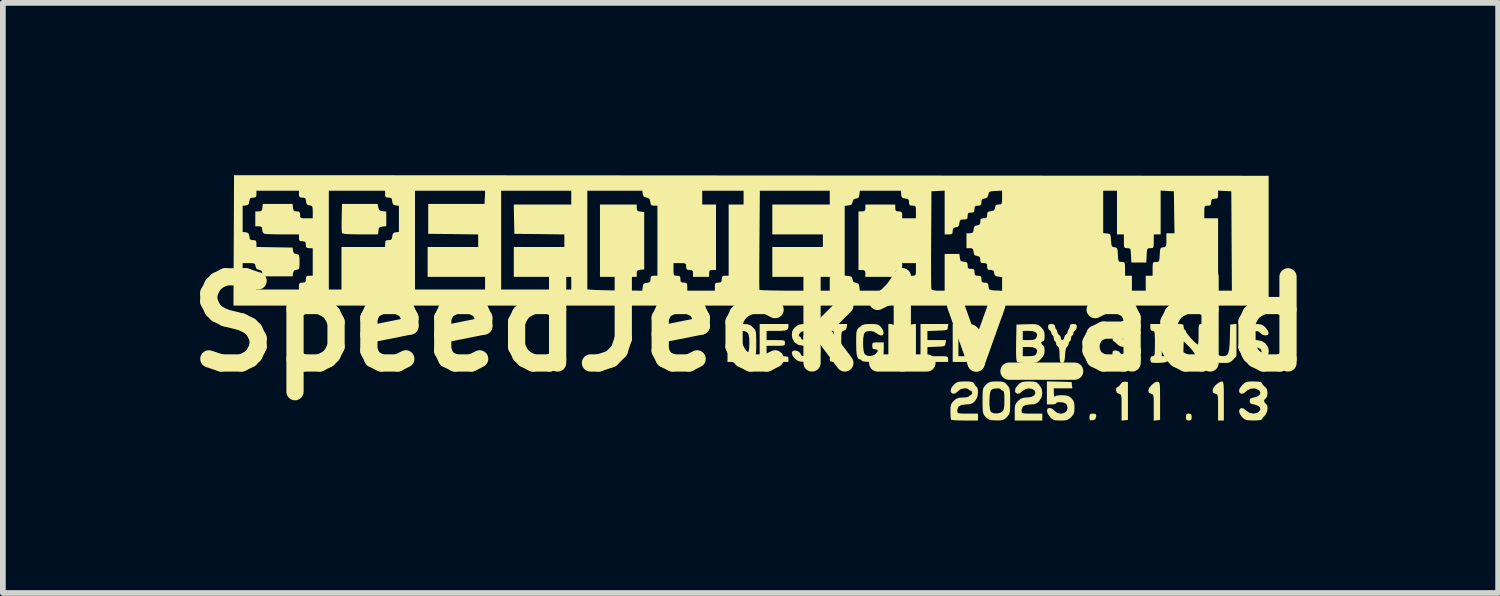
<source format=kicad_pcb>
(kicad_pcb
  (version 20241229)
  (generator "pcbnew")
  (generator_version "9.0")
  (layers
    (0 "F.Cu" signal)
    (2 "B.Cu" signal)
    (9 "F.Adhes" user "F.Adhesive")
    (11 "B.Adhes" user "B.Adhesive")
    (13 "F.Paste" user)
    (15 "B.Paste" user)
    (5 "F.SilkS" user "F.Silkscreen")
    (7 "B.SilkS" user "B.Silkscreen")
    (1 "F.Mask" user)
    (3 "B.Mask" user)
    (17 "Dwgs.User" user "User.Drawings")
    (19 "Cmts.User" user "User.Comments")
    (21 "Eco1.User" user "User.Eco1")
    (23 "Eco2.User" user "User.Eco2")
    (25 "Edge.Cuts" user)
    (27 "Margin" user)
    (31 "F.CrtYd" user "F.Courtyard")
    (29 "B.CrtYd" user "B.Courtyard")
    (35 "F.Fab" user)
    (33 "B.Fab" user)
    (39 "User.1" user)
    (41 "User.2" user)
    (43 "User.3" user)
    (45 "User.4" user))
  (footprint "SpeedJeck1v_add"
    (layer "F.Cu")
    (at 10.014 2.59)
    (property "Reference" "SpeedJeck1v_add" (at 0 0 0) (layer "F.SilkS") (effects (font (size 1.5 1.5) (thickness 0.3))))
    (attr board_only exclude_from_pos_files exclude_from_bom)
    (fp_poly (pts (xy 6.004 1.564) (xy 6.018 1.584) (xy 6.016 1.615) (xy 6.002 1.658) (xy 5.964 1.675) (xy 5.955 1.676) (xy 5.916 1.676) (xy 5.902 1.656) (xy 5.9 1.621) (xy 5.905 1.578) (xy 5.927 1.562) (xy 5.961 1.56)) (stroke (width 0) (type solid)) (fill yes) (layer "F.SilkS"))
    (fp_poly (pts (xy 7.666 1.566) (xy 7.679 1.594) (xy 7.68 1.62) (xy 7.675 1.663) (xy 7.652 1.679) (xy 7.63 1.68) (xy 7.594 1.674) (xy 7.581 1.646) (xy 7.58 1.62) (xy 7.585 1.577) (xy 7.608 1.561) (xy 7.63 1.56)) (stroke (width 0) (type solid)) (fill yes) (layer "F.SilkS"))
    (fp_poly (pts (xy -1.98 -2.021) (xy -1.975 -1.98) (xy -1.951 -1.962) (xy -1.915 -1.956) (xy -1.85 -1.95) (xy -1.85 -1.45) (xy -1.85 -0.95) (xy -1.915 -0.944) (xy -1.96 -0.935) (xy -1.978 -0.911) (xy -1.98 -0.879) (xy -1.98 -0.82) (xy -2.3 -0.82) (xy -2.62 -0.82) (xy -2.62 -1.45) (xy -2.62 -2.08) (xy -2.3 -2.08) (xy -1.98 -2.08)) (stroke (width 0) (type solid)) (fill yes) (layer "F.SilkS"))
    (fp_poly (pts (xy 6.57 1.01) (xy 6.57 1.34) (xy 6.57 1.67) (xy 6.515 1.676) (xy 6.46 1.683) (xy 6.46 1.453) (xy 6.46 1.354) (xy 6.458 1.288) (xy 6.453 1.249) (xy 6.444 1.228) (xy 6.429 1.219) (xy 6.415 1.216) (xy 6.378 1.197) (xy 6.364 1.155) (xy 6.367 1.111) (xy 6.385 1.1) (xy 6.414 1.084) (xy 6.441 1.049) (xy 6.474 1.01) (xy 6.519 1.004)) (stroke (width 0) (type solid)) (fill yes) (layer "F.SilkS"))
    (fp_poly (pts (xy 7.088 1.004) (xy 7.103 1.008) (xy 7.114 1.018) (xy 7.122 1.04) (xy 7.127 1.079) (xy 7.129 1.143) (xy 7.13 1.235) (xy 7.13 1.34) (xy 7.13 1.67) (xy 7.075 1.676) (xy 7.02 1.683) (xy 7.02 1.453) (xy 7.02 1.354) (xy 7.018 1.288) (xy 7.013 1.249) (xy 7.004 1.228) (xy 6.989 1.219) (xy 6.975 1.216) (xy 6.935 1.197) (xy 6.925 1.158) (xy 6.945 1.106) (xy 6.982 1.062) (xy 7.038 1.017) (xy 7.085 1.004)) (stroke (width 0) (type solid)) (fill yes) (layer "F.SilkS"))
    (fp_poly (pts (xy 8.215 1.002) (xy 8.225 1.011) (xy 8.232 1.034) (xy 8.237 1.075) (xy 8.239 1.141) (xy 8.24 1.237) (xy 8.24 1.34) (xy 8.24 1.68) (xy 8.19 1.68) (xy 8.14 1.68) (xy 8.14 1.451) (xy 8.14 1.353) (xy 8.138 1.288) (xy 8.133 1.248) (xy 8.124 1.228) (xy 8.109 1.219) (xy 8.095 1.216) (xy 8.054 1.196) (xy 8.044 1.157) (xy 8.062 1.106) (xy 8.099 1.061) (xy 8.147 1.023) (xy 8.19 1.002) (xy 8.201 1)) (stroke (width 0) (type solid)) (fill yes) (layer "F.SilkS"))
    (fp_poly (pts (xy -6.48 -2.03) (xy -6.466 -1.987) (xy -6.434 -1.968) (xy -6.405 -1.964) (xy -6.34 -1.957) (xy -6.34 -1.83) (xy -6.34 -1.703) (xy -6.405 -1.696) (xy -6.451 -1.687) (xy -6.471 -1.66) (xy -6.476 -1.625) (xy -6.483 -1.56) (xy -6.792 -1.56) (xy -6.917 -1.561) (xy -7.007 -1.564) (xy -7.066 -1.569) (xy -7.099 -1.576) (xy -7.111 -1.586) (xy -7.115 -1.616) (xy -7.117 -1.676) (xy -7.117 -1.759) (xy -7.116 -1.851) (xy -7.11 -2.09) (xy -6.8 -2.09) (xy -6.49 -2.09)) (stroke (width 0) (type solid)) (fill yes) (layer "F.SilkS"))
    (fp_poly (pts (xy 3.436 0.055) (xy 3.432 0.081) (xy 3.421 0.098) (xy 3.395 0.107) (xy 3.346 0.112) (xy 3.266 0.115) (xy 3.255 0.116) (xy 3.08 0.122) (xy 3.08 0.201) (xy 3.08 0.28) (xy 3.241 0.28) (xy 3.403 0.28) (xy 3.396 0.335) (xy 3.391 0.363) (xy 3.379 0.379) (xy 3.35 0.389) (xy 3.296 0.393) (xy 3.235 0.396) (xy 3.08 0.402) (xy 3.08 0.481) (xy 3.08 0.56) (xy 3.26 0.56) (xy 3.345 0.56) (xy 3.398 0.563) (xy 3.426 0.57) (xy 3.438 0.583) (xy 3.44 0.606) (xy 3.44 0.61) (xy 3.44 0.66) (xy 3.2 0.66) (xy 2.96 0.66) (xy 2.96 0.33) (xy 2.96 0) (xy 3.201 0) (xy 3.443 0)) (stroke (width 0) (type solid)) (fill yes) (layer "F.SilkS"))
    (fp_poly (pts (xy 0.66 0.048) (xy 0.655 0.08) (xy 0.636 0.101) (xy 0.596 0.113) (xy 0.529 0.119) (xy 0.438 0.12) (xy 0.28 0.12) (xy 0.28 0.2) (xy 0.28 0.28) (xy 0.44 0.28) (xy 0.519 0.281) (xy 0.567 0.284) (xy 0.591 0.292) (xy 0.599 0.309) (xy 0.6 0.33) (xy 0.598 0.355) (xy 0.588 0.37) (xy 0.56 0.377) (xy 0.507 0.38) (xy 0.44 0.38) (xy 0.28 0.38) (xy 0.28 0.47) (xy 0.28 0.56) (xy 0.47 0.56) (xy 0.558 0.56) (xy 0.614 0.563) (xy 0.644 0.569) (xy 0.657 0.581) (xy 0.66 0.602) (xy 0.66 0.61) (xy 0.66 0.66) (xy 0.41 0.66) (xy 0.16 0.66) (xy 0.16 0.33) (xy 0.16 0) (xy 0.41 0) (xy 0.66 0)) (stroke (width 0) (type solid)) (fill yes) (layer "F.SilkS"))
    (fp_poly (pts (xy 8.46 0.279) (xy 8.46 0.56) (xy 8.403 0.62) (xy 8.368 0.653) (xy 8.333 0.671) (xy 8.285 0.678) (xy 8.218 0.678) (xy 8.144 0.675) (xy 8.097 0.665) (xy 8.061 0.644) (xy 8.035 0.619) (xy 8.013 0.595) (xy 7.998 0.572) (xy 7.989 0.542) (xy 7.983 0.497) (xy 7.981 0.431) (xy 7.98 0.336) (xy 7.98 0.279) (xy 7.98 -0.003) (xy 8.035 0.004) (xy 8.09 0.01) (xy 8.095 0.24) (xy 8.099 0.361) (xy 8.108 0.448) (xy 8.123 0.506) (xy 8.145 0.54) (xy 8.179 0.556) (xy 8.22 0.56) (xy 8.265 0.555) (xy 8.297 0.538) (xy 8.319 0.501) (xy 8.333 0.441) (xy 8.341 0.351) (xy 8.345 0.24) (xy 8.35 0.01) (xy 8.405 0.004) (xy 8.46 -0.003)) (stroke (width 0) (type solid)) (fill yes) (layer "F.SilkS"))
    (fp_poly (pts (xy 2.88 0.329) (xy 2.88 0.66) (xy 2.82 0.66) (xy 2.776 0.654) (xy 2.761 0.63) (xy 2.76 0.62) (xy 2.752 0.588) (xy 2.74 0.58) (xy 2.724 0.563) (xy 2.72 0.541) (xy 2.706 0.508) (xy 2.671 0.458) (xy 2.621 0.403) (xy 2.62 0.402) (xy 2.52 0.302) (xy 2.52 0.481) (xy 2.52 0.66) (xy 2.46 0.66) (xy 2.4 0.66) (xy 2.4 0.33) (xy 2.4 0) (xy 2.449 0) (xy 2.493 0.015) (xy 2.529 0.063) (xy 2.55 0.11) (xy 2.56 0.141) (xy 2.56 0.143) (xy 2.573 0.164) (xy 2.608 0.205) (xy 2.656 0.256) (xy 2.659 0.259) (xy 2.758 0.359) (xy 2.764 0.184) (xy 2.767 0.101) (xy 2.772 0.049) (xy 2.781 0.021) (xy 2.797 0.009) (xy 2.822 0.004) (xy 2.825 0.004) (xy 2.88 -0.003)) (stroke (width 0) (type solid)) (fill yes) (layer "F.SilkS"))
    (fp_poly (pts (xy 7.256 0.055) (xy 7.24 0.1) (xy 7.205 0.116) (xy 7.185 0.121) (xy 7.172 0.133) (xy 7.165 0.16) (xy 7.161 0.208) (xy 7.16 0.286) (xy 7.16 0.341) (xy 7.16 0.56) (xy 7.211 0.56) (xy 7.248 0.566) (xy 7.258 0.591) (xy 7.256 0.615) (xy 7.251 0.645) (xy 7.236 0.662) (xy 7.203 0.67) (xy 7.141 0.675) (xy 7.119 0.676) (xy 7.05 0.677) (xy 6.998 0.674) (xy 6.974 0.667) (xy 6.963 0.638) (xy 6.96 0.607) (xy 6.971 0.569) (xy 7 0.56) (xy 7.018 0.557) (xy 7.029 0.545) (xy 7.036 0.516) (xy 7.039 0.464) (xy 7.04 0.381) (xy 7.04 0.34) (xy 7.04 0.244) (xy 7.037 0.181) (xy 7.032 0.143) (xy 7.023 0.126) (xy 7.008 0.12) (xy 7 0.12) (xy 6.971 0.111) (xy 6.96 0.075) (xy 6.96 0.06) (xy 6.96 0) (xy 7.111 0) (xy 7.263 0)) (stroke (width 0) (type solid)) (fill yes) (layer "F.SilkS"))
    (fp_poly (pts (xy 1.676 0.055) (xy 1.66 0.1) (xy 1.625 0.116) (xy 1.605 0.121) (xy 1.592 0.133) (xy 1.585 0.16) (xy 1.581 0.208) (xy 1.58 0.286) (xy 1.58 0.341) (xy 1.58 0.56) (xy 1.63 0.56) (xy 1.668 0.568) (xy 1.68 0.601) (xy 1.68 0.61) (xy 1.678 0.635) (xy 1.667 0.65) (xy 1.638 0.658) (xy 1.583 0.66) (xy 1.53 0.66) (xy 1.454 0.659) (xy 1.409 0.656) (xy 1.387 0.646) (xy 1.381 0.628) (xy 1.38 0.61) (xy 1.389 0.571) (xy 1.42 0.56) (xy 1.438 0.557) (xy 1.449 0.545) (xy 1.456 0.516) (xy 1.459 0.464) (xy 1.46 0.38) (xy 1.46 0.342) (xy 1.459 0.246) (xy 1.457 0.183) (xy 1.451 0.145) (xy 1.441 0.125) (xy 1.425 0.116) (xy 1.42 0.114) (xy 1.387 0.088) (xy 1.38 0.052) (xy 1.382 0.026) (xy 1.392 0.01) (xy 1.42 0.003) (xy 1.473 0.000211) (xy 1.531 0) (xy 1.683 0)) (stroke (width 0) (type solid)) (fill yes) (layer "F.SilkS"))
    (fp_poly (pts (xy -0.12 0.001) (xy -0.061 0.004) (xy -0.021 0.013) (xy 0.008 0.029) (xy 0.038 0.055) (xy 0.04 0.057) (xy 0.067 0.084) (xy 0.084 0.109) (xy 0.094 0.142) (xy 0.098 0.192) (xy 0.1 0.267) (xy 0.1 0.33) (xy 0.1 0.425) (xy 0.097 0.49) (xy 0.091 0.532) (xy 0.078 0.561) (xy 0.058 0.586) (xy 0.04 0.603) (xy 0.01 0.629) (xy -0.019 0.646) (xy -0.058 0.655) (xy -0.116 0.659) (xy -0.203 0.66) (xy -0.21 0.66) (xy -0.4 0.66) (xy -0.4 0.34) (xy -0.28 0.34) (xy -0.28 0.56) (xy -0.184 0.56) (xy -0.114 0.554) (xy -0.069 0.534) (xy -0.054 0.52) (xy -0.035 0.485) (xy -0.024 0.431) (xy -0.02 0.348) (xy -0.02 0.328) (xy -0.023 0.235) (xy -0.036 0.174) (xy -0.064 0.139) (xy -0.112 0.123) (xy -0.179 0.12) (xy -0.28 0.12) (xy -0.28 0.34) (xy -0.4 0.34) (xy -0.4 0.33) (xy -0.4 0) (xy -0.21 0)) (stroke (width 0) (type solid)) (fill yes) (layer "F.SilkS"))
    (fp_poly (pts (xy 3.788 0.001) (xy 3.846 0.005) (xy 3.885 0.015) (xy 3.917 0.034) (xy 3.94 0.053) (xy 3.966 0.077) (xy 3.983 0.101) (xy 3.993 0.131) (xy 3.998 0.178) (xy 4 0.249) (xy 4 0.335) (xy 3.998 0.451) (xy 3.99 0.532) (xy 3.976 0.584) (xy 3.954 0.612) (xy 3.923 0.62) (xy 3.921 0.62) (xy 3.901 0.634) (xy 3.9 0.64) (xy 3.881 0.649) (xy 3.828 0.656) (xy 3.748 0.66) (xy 3.71 0.66) (xy 3.52 0.66) (xy 3.52 0.34) (xy 3.62 0.34) (xy 3.62 0.56) (xy 3.723 0.56) (xy 3.796 0.555) (xy 3.84 0.537) (xy 3.852 0.525) (xy 3.868 0.484) (xy 3.877 0.418) (xy 3.88 0.339) (xy 3.878 0.26) (xy 3.869 0.194) (xy 3.854 0.152) (xy 3.851 0.149) (xy 3.811 0.13) (xy 3.744 0.121) (xy 3.721 0.12) (xy 3.62 0.12) (xy 3.62 0.34) (xy 3.52 0.34) (xy 3.52 0.33) (xy 3.52 0) (xy 3.7 0)) (stroke (width 0) (type solid)) (fill yes) (layer "F.SilkS"))
    (fp_poly (pts (xy 4.917 1.002) (xy 4.963 1.01) (xy 4.996 1.029) (xy 5.027 1.06) (xy 5.069 1.126) (xy 5.08 1.2) (xy 5.067 1.277) (xy 5.027 1.34) (xy 4.987 1.378) (xy 4.943 1.395) (xy 4.88 1.4) (xy 4.875 1.4) (xy 4.792 1.409) (xy 4.742 1.437) (xy 4.721 1.488) (xy 4.72 1.509) (xy 4.721 1.533) (xy 4.73 1.548) (xy 4.755 1.556) (xy 4.802 1.559) (xy 4.88 1.56) (xy 4.9 1.56) (xy 5.08 1.56) (xy 5.08 1.62) (xy 5.08 1.68) (xy 4.84 1.68) (xy 4.6 1.68) (xy 4.6 1.538) (xy 4.601 1.462) (xy 4.608 1.412) (xy 4.625 1.377) (xy 4.654 1.343) (xy 4.658 1.338) (xy 4.706 1.3) (xy 4.758 1.283) (xy 4.81 1.28) (xy 4.888 1.27) (xy 4.94 1.243) (xy 4.96 1.202) (xy 4.96 1.2) (xy 4.943 1.156) (xy 4.902 1.13) (xy 4.845 1.121) (xy 4.786 1.133) (xy 4.735 1.166) (xy 4.73 1.172) (xy 4.684 1.209) (xy 4.641 1.214) (xy 4.611 1.189) (xy 4.604 1.165) (xy 4.616 1.113) (xy 4.657 1.06) (xy 4.694 1.027) (xy 4.732 1.009) (xy 4.782 1.001) (xy 4.845 1)) (stroke (width 0) (type solid)) (fill yes) (layer "F.SilkS"))
    (fp_poly (pts (xy 5.375 1.004) (xy 5.59 1.01) (xy 5.596 1.065) (xy 5.603 1.12) (xy 5.441 1.12) (xy 5.28 1.12) (xy 5.282 1.205) (xy 5.285 1.251) (xy 5.29 1.269) (xy 5.293 1.265) (xy 5.32 1.249) (xy 5.382 1.241) (xy 5.419 1.24) (xy 5.49 1.243) (xy 5.537 1.255) (xy 5.575 1.281) (xy 5.587 1.293) (xy 5.62 1.332) (xy 5.635 1.377) (xy 5.64 1.444) (xy 5.64 1.454) (xy 5.637 1.523) (xy 5.623 1.57) (xy 5.593 1.61) (xy 5.582 1.622) (xy 5.544 1.654) (xy 5.507 1.672) (xy 5.455 1.679) (xy 5.397 1.68) (xy 5.324 1.678) (xy 5.278 1.669) (xy 5.244 1.648) (xy 5.215 1.619) (xy 5.175 1.562) (xy 5.16 1.512) (xy 5.17 1.475) (xy 5.205 1.46) (xy 5.207 1.46) (xy 5.255 1.476) (xy 5.292 1.51) (xy 5.34 1.549) (xy 5.399 1.562) (xy 5.456 1.551) (xy 5.5 1.519) (xy 5.52 1.467) (xy 5.52 1.46) (xy 5.507 1.411) (xy 5.491 1.389) (xy 5.458 1.371) (xy 5.41 1.362) (xy 5.362 1.361) (xy 5.327 1.369) (xy 5.32 1.38) (xy 5.302 1.393) (xy 5.258 1.399) (xy 5.24 1.4) (xy 5.16 1.4) (xy 5.16 1.199) (xy 5.16 0.999)) (stroke (width 0) (type solid)) (fill yes) (layer "F.SilkS"))
    (fp_poly (pts (xy 7.523 0.005) (xy 7.539 0.028) (xy 7.54 0.05) (xy 7.547 0.088) (xy 7.56 0.1) (xy 7.578 0.116) (xy 7.58 0.131) (xy 7.593 0.157) (xy 7.626 0.2) (xy 7.671 0.251) (xy 7.718 0.301) (xy 7.76 0.341) (xy 7.787 0.359) (xy 7.79 0.36) (xy 7.794 0.341) (xy 7.798 0.292) (xy 7.8 0.22) (xy 7.8 0.18) (xy 7.8 0.095) (xy 7.803 0.042) (xy 7.81 0.014) (xy 7.823 0.002) (xy 7.846 0.000009) (xy 7.85 0) (xy 7.901 0) (xy 7.895 0.335) (xy 7.893 0.458) (xy 7.891 0.546) (xy 7.887 0.606) (xy 7.882 0.644) (xy 7.873 0.664) (xy 7.861 0.673) (xy 7.845 0.676) (xy 7.811 0.674) (xy 7.8 0.645) (xy 7.8 0.631) (xy 7.79 0.59) (xy 7.77 0.58) (xy 7.746 0.563) (xy 7.74 0.54) (xy 7.726 0.506) (xy 7.691 0.456) (xy 7.641 0.401) (xy 7.641 0.401) (xy 7.541 0.302) (xy 7.536 0.486) (xy 7.532 0.573) (xy 7.527 0.628) (xy 7.519 0.658) (xy 7.505 0.672) (xy 7.489 0.676) (xy 7.449 0.675) (xy 7.434 0.668) (xy 7.429 0.644) (xy 7.425 0.587) (xy 7.422 0.504) (xy 7.42 0.402) (xy 7.42 0.327) (xy 7.42 0) (xy 7.48 0)) (stroke (width 0) (type solid)) (fill yes) (layer "F.SilkS"))
    (fp_poly (pts (xy 8.848 0.002) (xy 8.896 0.011) (xy 8.932 0.031) (xy 8.962 0.058) (xy 9.006 0.115) (xy 9.02 0.161) (xy 9.004 0.191) (xy 8.964 0.2) (xy 8.909 0.185) (xy 8.88 0.16) (xy 8.839 0.13) (xy 8.784 0.12) (xy 8.727 0.129) (xy 8.682 0.155) (xy 8.66 0.194) (xy 8.66 0.2) (xy 8.678 0.242) (xy 8.729 0.269) (xy 8.806 0.28) (xy 8.81 0.28) (xy 8.898 0.296) (xy 8.965 0.339) (xy 9.008 0.401) (xy 9.024 0.474) (xy 9.008 0.55) (xy 8.959 0.621) (xy 8.92 0.654) (xy 8.882 0.672) (xy 8.829 0.679) (xy 8.774 0.68) (xy 8.703 0.677) (xy 8.657 0.668) (xy 8.623 0.647) (xy 8.595 0.619) (xy 8.556 0.564) (xy 8.54 0.513) (xy 8.548 0.476) (xy 8.58 0.46) (xy 8.583 0.46) (xy 8.625 0.474) (xy 8.67 0.508) (xy 8.672 0.51) (xy 8.727 0.547) (xy 8.792 0.56) (xy 8.851 0.546) (xy 8.871 0.531) (xy 8.898 0.486) (xy 8.889 0.447) (xy 8.849 0.417) (xy 8.78 0.401) (xy 8.749 0.4) (xy 8.682 0.395) (xy 8.636 0.375) (xy 8.597 0.34) (xy 8.549 0.265) (xy 8.539 0.181) (xy 8.565 0.1) (xy 8.593 0.06) (xy 8.626 0.027) (xy 8.66 0.009) (xy 8.708 0.001) (xy 8.775 0)) (stroke (width 0) (type solid)) (fill yes) (layer "F.SilkS"))
    (fp_poly (pts (xy 4.959 0.004) (xy 4.998 0.011) (xy 5.026 0.027) (xy 5.056 0.053) (xy 5.059 0.056) (xy 5.099 0.102) (xy 5.117 0.151) (xy 5.12 0.207) (xy 5.116 0.268) (xy 5.104 0.296) (xy 5.09 0.3) (xy 5.063 0.315) (xy 5.06 0.328) (xy 5.076 0.359) (xy 5.09 0.367) (xy 5.113 0.397) (xy 5.12 0.461) (xy 5.114 0.522) (xy 5.089 0.571) (xy 5.052 0.612) (xy 5.016 0.646) (xy 4.984 0.666) (xy 4.944 0.676) (xy 4.884 0.679) (xy 4.827 0.68) (xy 4.749 0.678) (xy 4.686 0.672) (xy 4.648 0.665) (xy 4.644 0.663) (xy 4.634 0.646) (xy 4.628 0.608) (xy 4.624 0.543) (xy 4.623 0.48) (xy 4.74 0.48) (xy 4.74 0.56) (xy 4.847 0.56) (xy 4.911 0.558) (xy 4.949 0.547) (xy 4.972 0.524) (xy 4.979 0.511) (xy 4.992 0.46) (xy 4.968 0.425) (xy 4.908 0.404) (xy 4.841 0.4) (xy 4.74 0.4) (xy 4.74 0.48) (xy 4.623 0.48) (xy 4.623 0.447) (xy 4.624 0.328) (xy 4.627 0.2) (xy 4.74 0.2) (xy 4.74 0.28) (xy 4.847 0.28) (xy 4.911 0.278) (xy 4.949 0.267) (xy 4.972 0.244) (xy 4.979 0.231) (xy 4.992 0.18) (xy 4.968 0.145) (xy 4.908 0.124) (xy 4.841 0.12) (xy 4.74 0.12) (xy 4.74 0.2) (xy 4.627 0.2) (xy 4.63 0.01) (xy 4.814 0.004) (xy 4.902 0.002)) (stroke (width 0) (type solid)) (fill yes) (layer "F.SilkS"))
    (fp_poly (pts (xy 2.166 0.002) (xy 2.213 0.009) (xy 2.245 0.027) (xy 2.273 0.055) (xy 2.31 0.114) (xy 2.318 0.162) (xy 2.302 0.193) (xy 2.266 0.2) (xy 2.217 0.178) (xy 2.195 0.16) (xy 2.142 0.131) (xy 2.076 0.121) (xy 2.016 0.131) (xy 1.989 0.149) (xy 1.973 0.185) (xy 1.963 0.248) (xy 1.96 0.326) (xy 1.962 0.405) (xy 1.971 0.474) (xy 1.985 0.52) (xy 1.988 0.525) (xy 2.032 0.553) (xy 2.091 0.558) (xy 2.151 0.541) (xy 2.18 0.52) (xy 2.214 0.476) (xy 2.212 0.45) (xy 2.175 0.44) (xy 2.17 0.44) (xy 2.134 0.434) (xy 2.121 0.406) (xy 2.12 0.38) (xy 2.122 0.344) (xy 2.136 0.327) (xy 2.171 0.321) (xy 2.22 0.32) (xy 2.32 0.32) (xy 2.32 0.441) (xy 2.317 0.514) (xy 2.306 0.562) (xy 2.283 0.598) (xy 2.271 0.611) (xy 2.239 0.637) (xy 2.203 0.652) (xy 2.149 0.659) (xy 2.081 0.66) (xy 2.009 0.657) (xy 1.959 0.65) (xy 1.94 0.64) (xy 1.94 0.64) (xy 1.925 0.621) (xy 1.919 0.62) (xy 1.887 0.612) (xy 1.864 0.585) (xy 1.85 0.534) (xy 1.842 0.454) (xy 1.84 0.34) (xy 1.84 0.335) (xy 1.84 0.236) (xy 1.842 0.169) (xy 1.848 0.126) (xy 1.859 0.097) (xy 1.877 0.074) (xy 1.9 0.053) (xy 1.939 0.024) (xy 1.979 0.007) (xy 2.036 0.001) (xy 2.092 0)) (stroke (width 0) (type solid)) (fill yes) (layer "F.SilkS"))
    (fp_poly (pts (xy 4.357 1.002) (xy 4.403 1.01) (xy 4.436 1.029) (xy 4.467 1.06) (xy 4.49 1.088) (xy 4.505 1.117) (xy 4.514 1.154) (xy 4.519 1.21) (xy 4.52 1.292) (xy 4.52 1.34) (xy 4.52 1.437) (xy 4.517 1.503) (xy 4.511 1.546) (xy 4.498 1.577) (xy 4.479 1.603) (xy 4.463 1.62) (xy 4.428 1.653) (xy 4.393 1.671) (xy 4.345 1.678) (xy 4.278 1.678) (xy 4.204 1.675) (xy 4.157 1.665) (xy 4.121 1.644) (xy 4.095 1.619) (xy 4.071 1.592) (xy 4.055 1.565) (xy 4.046 1.53) (xy 4.042 1.478) (xy 4.04 1.399) (xy 4.04 1.339) (xy 4.04 1.324) (xy 4.159 1.324) (xy 4.16 1.404) (xy 4.167 1.474) (xy 4.179 1.521) (xy 4.185 1.53) (xy 4.228 1.553) (xy 4.289 1.558) (xy 4.35 1.544) (xy 4.38 1.526) (xy 4.4 1.502) (xy 4.412 1.469) (xy 4.418 1.417) (xy 4.42 1.335) (xy 4.42 1.326) (xy 4.419 1.242) (xy 4.414 1.191) (xy 4.404 1.166) (xy 4.39 1.16) (xy 4.363 1.149) (xy 4.36 1.14) (xy 4.343 1.125) (xy 4.302 1.12) (xy 4.252 1.124) (xy 4.208 1.137) (xy 4.189 1.149) (xy 4.174 1.184) (xy 4.164 1.247) (xy 4.159 1.324) (xy 4.04 1.324) (xy 4.04 1.242) (xy 4.043 1.176) (xy 4.049 1.132) (xy 4.061 1.102) (xy 4.08 1.077) (xy 4.098 1.058) (xy 4.135 1.026) (xy 4.173 1.008) (xy 4.224 1.001) (xy 4.285 1)) (stroke (width 0) (type solid)) (fill yes) (layer "F.SilkS"))
    (fp_poly (pts (xy 1.045 0.002) (xy 1.092 0.009) (xy 1.126 0.028) (xy 1.161 0.062) (xy 1.163 0.063) (xy 1.198 0.109) (xy 1.215 0.148) (xy 1.216 0.158) (xy 1.193 0.188) (xy 1.151 0.195) (xy 1.102 0.18) (xy 1.077 0.161) (xy 1.022 0.131) (xy 0.956 0.121) (xy 0.896 0.131) (xy 0.869 0.149) (xy 0.844 0.184) (xy 0.843 0.212) (xy 0.86 0.22) (xy 0.878 0.236) (xy 0.88 0.25) (xy 0.89 0.268) (xy 0.924 0.277) (xy 0.99 0.28) (xy 0.992 0.28) (xy 1.06 0.283) (xy 1.105 0.295) (xy 1.142 0.322) (xy 1.162 0.342) (xy 1.209 0.412) (xy 1.22 0.47) (xy 1.202 0.542) (xy 1.162 0.598) (xy 1.128 0.631) (xy 1.095 0.65) (xy 1.051 0.658) (xy 0.982 0.659) (xy 0.967 0.659) (xy 0.891 0.656) (xy 0.841 0.648) (xy 0.805 0.63) (xy 0.775 0.604) (xy 0.733 0.55) (xy 0.719 0.503) (xy 0.734 0.471) (xy 0.771 0.46) (xy 0.825 0.473) (xy 0.866 0.504) (xy 0.88 0.539) (xy 0.896 0.556) (xy 0.937 0.561) (xy 0.988 0.554) (xy 1.036 0.537) (xy 1.06 0.52) (xy 1.089 0.488) (xy 1.1 0.47) (xy 1.087 0.45) (xy 1.06 0.42) (xy 1.009 0.39) (xy 0.933 0.38) (xy 0.93 0.38) (xy 0.837 0.365) (xy 0.769 0.321) (xy 0.729 0.252) (xy 0.72 0.19) (xy 0.727 0.126) (xy 0.754 0.079) (xy 0.78 0.053) (xy 0.819 0.024) (xy 0.86 0.007) (xy 0.917 0.001) (xy 0.972 0)) (stroke (width 0) (type solid)) (fill yes) (layer "F.SilkS"))
    (fp_poly (pts (xy 3.809 1.001) (xy 3.854 1.007) (xy 3.88 1.021) (xy 3.898 1.046) (xy 3.9 1.05) (xy 3.925 1.086) (xy 3.943 1.1) (xy 3.953 1.118) (xy 3.959 1.163) (xy 3.96 1.19) (xy 3.952 1.263) (xy 3.923 1.32) (xy 3.907 1.34) (xy 3.867 1.378) (xy 3.823 1.395) (xy 3.76 1.4) (xy 3.755 1.4) (xy 3.672 1.409) (xy 3.622 1.437) (xy 3.601 1.488) (xy 3.6 1.509) (xy 3.601 1.533) (xy 3.61 1.548) (xy 3.635 1.556) (xy 3.682 1.559) (xy 3.76 1.56) (xy 3.78 1.56) (xy 3.96 1.56) (xy 3.96 1.62) (xy 3.96 1.68) (xy 3.733 1.68) (xy 3.642 1.679) (xy 3.566 1.676) (xy 3.513 1.671) (xy 3.493 1.667) (xy 3.486 1.641) (xy 3.482 1.588) (xy 3.48 1.525) (xy 3.482 1.452) (xy 3.491 1.404) (xy 3.511 1.368) (xy 3.538 1.338) (xy 3.582 1.302) (xy 3.629 1.284) (xy 3.696 1.28) (xy 3.698 1.28) (xy 3.756 1.276) (xy 3.793 1.267) (xy 3.8 1.26) (xy 3.816 1.242) (xy 3.83 1.24) (xy 3.854 1.223) (xy 3.86 1.2) (xy 3.847 1.167) (xy 3.83 1.16) (xy 3.803 1.149) (xy 3.8 1.14) (xy 3.782 1.127) (xy 3.739 1.12) (xy 3.727 1.12) (xy 3.661 1.132) (xy 3.61 1.172) (xy 3.564 1.209) (xy 3.521 1.214) (xy 3.491 1.189) (xy 3.484 1.165) (xy 3.496 1.113) (xy 3.537 1.06) (xy 3.573 1.028) (xy 3.608 1.01) (xy 3.655 1.002) (xy 3.728 1) (xy 3.735 1)) (stroke (width 0) (type solid)) (fill yes) (layer "F.SilkS"))
    (fp_poly (pts (xy 8.842 1.003) (xy 8.887 1.011) (xy 8.9 1.025) (xy 8.915 1.054) (xy 8.95 1.088) (xy 8.95 1.088) (xy 8.986 1.128) (xy 8.999 1.183) (xy 9 1.203) (xy 8.992 1.266) (xy 8.97 1.293) (xy 8.944 1.32) (xy 8.94 1.34) (xy 8.955 1.376) (xy 8.97 1.387) (xy 8.995 1.416) (xy 9.002 1.466) (xy 8.992 1.524) (xy 8.966 1.578) (xy 8.95 1.597) (xy 8.916 1.634) (xy 8.9 1.66) (xy 8.9 1.662) (xy 8.882 1.671) (xy 8.833 1.677) (xy 8.765 1.679) (xy 8.755 1.679) (xy 8.678 1.677) (xy 8.628 1.67) (xy 8.594 1.654) (xy 8.563 1.626) (xy 8.554 1.617) (xy 8.516 1.561) (xy 8.505 1.511) (xy 8.522 1.475) (xy 8.548 1.463) (xy 8.588 1.473) (xy 8.63 1.508) (xy 8.688 1.548) (xy 8.759 1.56) (xy 8.828 1.543) (xy 8.845 1.532) (xy 8.875 1.493) (xy 8.87 1.455) (xy 8.832 1.422) (xy 8.766 1.4) (xy 8.74 1.396) (xy 8.701 1.381) (xy 8.69 1.343) (xy 8.69 1.34) (xy 8.7 1.3) (xy 8.737 1.285) (xy 8.74 1.284) (xy 8.814 1.266) (xy 8.861 1.236) (xy 8.877 1.199) (xy 8.859 1.16) (xy 8.845 1.148) (xy 8.781 1.122) (xy 8.708 1.125) (xy 8.645 1.157) (xy 8.63 1.172) (xy 8.584 1.208) (xy 8.541 1.215) (xy 8.511 1.191) (xy 8.504 1.167) (xy 8.515 1.122) (xy 8.557 1.067) (xy 8.56 1.063) (xy 8.597 1.029) (xy 8.632 1.01) (xy 8.678 1.002) (xy 8.749 1) (xy 8.762 1)) (stroke (width 0) (type solid)) (fill yes) (layer "F.SilkS"))
    (fp_poly (pts (xy 5.663 0.005) (xy 5.679 0.028) (xy 5.68 0.051) (xy 5.669 0.093) (xy 5.65 0.113) (xy 5.625 0.14) (xy 5.62 0.162) (xy 5.611 0.193) (xy 5.6 0.2) (xy 5.585 0.217) (xy 5.58 0.25) (xy 5.573 0.288) (xy 5.56 0.3) (xy 5.544 0.317) (xy 5.54 0.339) (xy 5.527 0.379) (xy 5.511 0.394) (xy 5.491 0.426) (xy 5.479 0.496) (xy 5.476 0.54) (xy 5.47 0.615) (xy 5.459 0.658) (xy 5.442 0.675) (xy 5.439 0.675) (xy 5.403 0.673) (xy 5.394 0.667) (xy 5.387 0.641) (xy 5.382 0.588) (xy 5.38 0.529) (xy 5.377 0.453) (xy 5.367 0.41) (xy 5.35 0.393) (xy 5.325 0.366) (xy 5.32 0.341) (xy 5.312 0.308) (xy 5.3 0.3) (xy 5.285 0.283) (xy 5.28 0.25) (xy 5.273 0.212) (xy 5.26 0.2) (xy 5.243 0.183) (xy 5.24 0.162) (xy 5.226 0.125) (xy 5.21 0.113) (xy 5.187 0.086) (xy 5.18 0.051) (xy 5.186 0.014) (xy 5.213 0.001) (xy 5.24 0) (xy 5.284 0.006) (xy 5.3 0.03) (xy 5.3 0.039) (xy 5.309 0.077) (xy 5.32 0.09) (xy 5.337 0.118) (xy 5.34 0.139) (xy 5.354 0.176) (xy 5.37 0.187) (xy 5.395 0.214) (xy 5.4 0.239) (xy 5.412 0.272) (xy 5.43 0.28) (xy 5.454 0.263) (xy 5.46 0.239) (xy 5.473 0.201) (xy 5.49 0.187) (xy 5.516 0.16) (xy 5.52 0.139) (xy 5.53 0.102) (xy 5.54 0.09) (xy 5.557 0.062) (xy 5.56 0.039) (xy 5.57 0.01) (xy 5.606 0.000317) (xy 5.62 0)) (stroke (width 0) (type solid)) (fill yes) (layer "F.SilkS"))
    (fp_poly (pts (xy 6.624 0.001) (xy 6.671 0.009) (xy 6.704 0.026) (xy 6.737 0.059) (xy 6.742 0.065) (xy 6.777 0.112) (xy 6.794 0.151) (xy 6.795 0.16) (xy 6.773 0.188) (xy 6.732 0.195) (xy 6.683 0.18) (xy 6.657 0.161) (xy 6.602 0.131) (xy 6.536 0.121) (xy 6.476 0.131) (xy 6.449 0.149) (xy 6.421 0.194) (xy 6.43 0.233) (xy 6.471 0.262) (xy 6.541 0.278) (xy 6.581 0.28) (xy 6.647 0.283) (xy 6.69 0.297) (xy 6.728 0.329) (xy 6.742 0.345) (xy 6.791 0.421) (xy 6.799 0.496) (xy 6.768 0.57) (xy 6.732 0.612) (xy 6.689 0.651) (xy 6.65 0.671) (xy 6.598 0.679) (xy 6.547 0.68) (xy 6.475 0.677) (xy 6.429 0.665) (xy 6.393 0.64) (xy 6.383 0.63) (xy 6.346 0.596) (xy 6.32 0.58) (xy 6.318 0.58) (xy 6.305 0.563) (xy 6.3 0.521) (xy 6.3 0.52) (xy 6.305 0.477) (xy 6.328 0.462) (xy 6.357 0.46) (xy 6.411 0.475) (xy 6.44 0.51) (xy 6.473 0.548) (xy 6.524 0.56) (xy 6.533 0.56) (xy 6.586 0.549) (xy 6.637 0.522) (xy 6.672 0.489) (xy 6.68 0.467) (xy 6.662 0.439) (xy 6.615 0.416) (xy 6.551 0.402) (xy 6.52 0.4) (xy 6.45 0.393) (xy 6.401 0.367) (xy 6.383 0.35) (xy 6.346 0.316) (xy 6.32 0.3) (xy 6.318 0.3) (xy 6.307 0.282) (xy 6.301 0.237) (xy 6.3 0.208) (xy 6.306 0.141) (xy 6.329 0.092) (xy 6.358 0.058) (xy 6.394 0.027) (xy 6.43 0.009) (xy 6.48 0.002) (xy 6.551 0)) (stroke (width 0) (type solid)) (fill yes) (layer "F.SilkS"))
    (fp_poly (pts (xy -7.395 -2.59) (xy -7.255 -2.59) (xy -7.076 -2.59) (xy -6.861 -2.59) (xy -6.612 -2.59) (xy -6.33 -2.59) (xy -6.017 -2.589) (xy -5.675 -2.589) (xy -5.306 -2.589) (xy -4.911 -2.589) (xy -4.492 -2.589) (xy -4.052 -2.588) (xy -3.592 -2.588) (xy -3.114 -2.588) (xy -2.619 -2.588) (xy -2.11 -2.587) (xy -1.588 -2.587) (xy -1.055 -2.587) (xy -0.513 -2.586) (xy 0.036 -2.586) (xy 0.591 -2.586) (xy 1.149 -2.585) (xy 1.61 -2.585) (xy 9.02 -2.58) (xy 9.02 -1.45) (xy 9.02 -0.32) (xy 0.01 -0.32) (xy -9 -0.32) (xy -8.995 -1.455) (xy -8.992 -2.057) (xy -8.84 -2.057) (xy -8.84 -1.83) (xy -8.84 -1.603) (xy -8.785 -1.596) (xy -8.745 -1.585) (xy -8.728 -1.554) (xy -8.724 -1.525) (xy -8.715 -1.48) (xy -8.691 -1.462) (xy -8.659 -1.46) (xy -8.617 -1.455) (xy -8.602 -1.431) (xy -8.6 -1.401) (xy -8.6 -1.341) (xy -8.285 -1.336) (xy -7.97 -1.33) (xy -7.964 -1.276) (xy -7.949 -1.234) (xy -7.909 -1.217) (xy -7.904 -1.216) (xy -7.875 -1.211) (xy -7.859 -1.196) (xy -7.852 -1.164) (xy -7.85 -1.103) (xy -7.85 -1.08) (xy -7.851 -1.01) (xy -7.856 -0.97) (xy -7.869 -0.952) (xy -7.894 -0.945) (xy -7.904 -0.944) (xy -7.946 -0.929) (xy -7.963 -0.889) (xy -7.964 -0.884) (xy -7.97 -0.83) (xy -8.23 -0.83) (xy -8.49 -0.83) (xy -8.496 -0.884) (xy -8.511 -0.926) (xy -8.551 -0.943) (xy -8.556 -0.944) (xy -8.598 -0.958) (xy -8.615 -0.997) (xy -8.616 -1.005) (xy -8.623 -1.037) (xy -8.639 -1.053) (xy -8.676 -1.059) (xy -8.731 -1.06) (xy -8.84 -1.06) (xy -8.84 -0.95) (xy -8.839 -0.887) (xy -8.832 -0.854) (xy -8.815 -0.842) (xy -8.781 -0.84) (xy -8.78 -0.84) (xy -8.738 -0.835) (xy -8.722 -0.812) (xy -8.72 -0.78) (xy -8.715 -0.738) (xy -8.692 -0.722) (xy -8.66 -0.72) (xy -8.618 -0.715) (xy -8.602 -0.692) (xy -8.6 -0.66) (xy -8.6 -0.6) (xy -8.23 -0.6) (xy -7.86 -0.6) (xy -7.86 -0.66) (xy -7.855 -0.702) (xy -7.832 -0.718) (xy -7.8 -0.72) (xy -7.758 -0.725) (xy -7.742 -0.748) (xy -7.74 -0.78) (xy -7.735 -0.822) (xy -7.712 -0.838) (xy -7.68 -0.84) (xy -7.62 -0.84) (xy -7.62 -1.08) (xy -7.62 -1.32) (xy -7.68 -1.32) (xy -7.722 -1.325) (xy -7.738 -1.348) (xy -7.74 -1.38) (xy -7.745 -1.422) (xy -7.768 -1.438) (xy -7.8 -1.44) (xy -7.842 -1.445) (xy -7.853 -1.46) (xy -7.34 -1.46) (xy -7.34 -0.6) (xy -7.23 -0.6) (xy -7.12 -0.6) (xy -7.12 -0.97) (xy -7.12 -1.34) (xy -6.74 -1.34) (xy -6.36 -1.34) (xy -6.36 -1.4) (xy -6.355 -1.443) (xy -6.332 -1.458) (xy -6.301 -1.46) (xy -5.84 -1.46) (xy -5.84 -0.6) (xy -5.23 -0.6) (xy -4.62 -0.6) (xy -4.62 -0.71) (xy -4.62 -0.82) (xy -5.12 -0.82) (xy -5.62 -0.82) (xy -5.62 -1.08) (xy -5.62 -1.34) (xy -5.18 -1.34) (xy -4.74 -1.34) (xy -4.74 -1.45) (xy -4.74 -1.46) (xy -4.34 -1.46) (xy -4.34 -0.6) (xy -3.73 -0.6) (xy -3.12 -0.6) (xy -3.12 -0.71) (xy -3.12 -0.82) (xy -3.62 -0.82) (xy -4.12 -0.82) (xy -4.12 -1.08) (xy -4.12 -1.34) (xy -3.68 -1.34) (xy -3.24 -1.34) (xy -3.24 -1.45) (xy -3.24 -1.461) (xy -2.84 -1.461) (xy -2.84 -0.602) (xy -2.745 -0.595) (xy -2.695 -0.592) (xy -2.613 -0.59) (xy -2.507 -0.587) (xy -2.387 -0.585) (xy -2.266 -0.584) (xy -1.883 -0.58) (xy -1.876 -0.645) (xy -1.867 -0.691) (xy -1.84 -0.711) (xy -1.805 -0.716) (xy -1.76 -0.725) (xy -1.742 -0.749) (xy -1.74 -0.781) (xy -1.735 -0.823) (xy -1.711 -0.838) (xy -1.68 -0.84) (xy -1.62 -0.84) (xy -1.62 -1.06) (xy -1.34 -1.06) (xy -1.34 -0.95) (xy -1.339 -0.887) (xy -1.332 -0.854) (xy -1.315 -0.842) (xy -1.281 -0.84) (xy -1.28 -0.84) (xy -1.238 -0.835) (xy -1.222 -0.812) (xy -1.22 -0.78) (xy -1.215 -0.738) (xy -1.192 -0.722) (xy -1.16 -0.72) (xy -1.12 -0.716) (xy -1.103 -0.696) (xy -1.1 -0.65) (xy -1.1 -0.58) (xy -0.86 -0.58) (xy -0.62 -0.58) (xy -0.62 -0.65) (xy -0.617 -0.697) (xy -0.6 -0.716) (xy -0.56 -0.72) (xy -0.518 -0.725) (xy -0.502 -0.748) (xy -0.5 -0.78) (xy -0.495 -0.822) (xy -0.482 -0.831) (xy 0.153 -0.831) (xy 0.153 -0.725) (xy 0.154 -0.647) (xy 0.155 -0.604) (xy 0.156 -0.595) (xy 0.177 -0.591) (xy 0.233 -0.588) (xy 0.319 -0.585) (xy 0.43 -0.583) (xy 0.562 -0.581) (xy 0.709 -0.58) (xy 0.771 -0.58) (xy 1.38 -0.58) (xy 1.38 -0.7) (xy 1.38 -0.82) (xy 0.88 -0.82) (xy 0.38 -0.82) (xy 0.38 -1.08) (xy 0.38 -1.34) (xy 0.82 -1.34) (xy 1.26 -1.34) (xy 1.26 -1.45) (xy 1.26 -1.56) (xy 0.82 -1.56) (xy 0.38 -1.56) (xy 0.38 -1.82) (xy 0.38 -2.057) (xy 1.64 -2.057) (xy 1.64 -1.45) (xy 1.64 -0.843) (xy 1.705 -0.836) (xy 1.752 -0.826) (xy 1.772 -0.799) (xy 1.776 -0.776) (xy 1.791 -0.734) (xy 1.831 -0.717) (xy 1.836 -0.716) (xy 1.875 -0.704) (xy 1.892 -0.673) (xy 1.896 -0.645) (xy 1.903 -0.58) (xy 2.26 -0.58) (xy 2.617 -0.58) (xy 2.624 -0.645) (xy 2.633 -0.691) (xy 2.66 -0.711) (xy 2.695 -0.716) (xy 2.74 -0.725) (xy 2.758 -0.749) (xy 2.76 -0.781) (xy 2.765 -0.823) (xy 2.789 -0.838) (xy 2.82 -0.84) (xy 2.854 -0.842) (xy 2.872 -0.854) (xy 2.879 -0.886) (xy 2.88 -0.948) (xy 2.88 -0.95) (xy 2.88 -1.06) (xy 2.76 -1.06) (xy 2.64 -1.06) (xy 2.64 -1) (xy 2.635 -0.958) (xy 2.612 -0.942) (xy 2.58 -0.94) (xy 2.538 -0.935) (xy 2.522 -0.912) (xy 2.52 -0.88) (xy 2.52 -0.82) (xy 2.26 -0.82) (xy 2 -0.82) (xy 2 -0.88) (xy 1.995 -0.922) (xy 1.972 -0.938) (xy 1.94 -0.94) (xy 1.88 -0.94) (xy 1.88 -1.122) (xy 3.143 -1.122) (xy 3.144 -0.97) (xy 3.144 -0.839) (xy 3.145 -0.733) (xy 3.146 -0.656) (xy 3.148 -0.613) (xy 3.149 -0.605) (xy 3.176 -0.589) (xy 3.236 -0.581) (xy 3.269 -0.58) (xy 3.38 -0.58) (xy 3.38 -0.9) (xy 3.38 -1.22) (xy 3.509 -1.22) (xy 3.637 -1.22) (xy 3.644 -1.155) (xy 3.653 -1.109) (xy 3.68 -1.089) (xy 3.715 -1.084) (xy 3.76 -1.075) (xy 3.778 -1.051) (xy 3.78 -1.019) (xy 3.785 -0.977) (xy 3.809 -0.962) (xy 3.84 -0.96) (xy 3.882 -0.955) (xy 3.898 -0.932) (xy 3.9 -0.9) (xy 3.905 -0.858) (xy 3.928 -0.842) (xy 3.96 -0.84) (xy 4.002 -0.835) (xy 4.018 -0.812) (xy 4.02 -0.78) (xy 4.025 -0.737) (xy 4.048 -0.722) (xy 4.079 -0.72) (xy 4.12 -0.715) (xy 4.138 -0.691) (xy 4.144 -0.655) (xy 4.149 -0.618) (xy 4.163 -0.598) (xy 4.195 -0.589) (xy 4.256 -0.584) (xy 4.265 -0.584) (xy 4.38 -0.578) (xy 4.38 -0.698) (xy 4.38 -0.817) (xy 4.315 -0.824) (xy 4.268 -0.834) (xy 4.248 -0.861) (xy 4.244 -0.885) (xy 4.232 -0.925) (xy 4.202 -0.939) (xy 4.179 -0.94) (xy 4.137 -0.945) (xy 4.122 -0.969) (xy 4.12 -1) (xy 4.115 -1.042) (xy 4.092 -1.058) (xy 4.06 -1.06) (xy 4.017 -1.065) (xy 4.002 -1.088) (xy 4 -1.119) (xy 3.994 -1.162) (xy 3.966 -1.18) (xy 3.945 -1.184) (xy 3.905 -1.195) (xy 3.888 -1.226) (xy 3.884 -1.255) (xy 3.875 -1.3) (xy 3.851 -1.318) (xy 3.819 -1.32) (xy 3.76 -1.32) (xy 3.76 -1.45) (xy 3.76 -1.58) (xy 3.819 -1.58) (xy 3.86 -1.585) (xy 3.878 -1.609) (xy 3.884 -1.645) (xy 3.894 -1.692) (xy 3.921 -1.712) (xy 3.945 -1.716) (xy 3.985 -1.728) (xy 3.999 -1.758) (xy 4 -1.781) (xy 4.005 -1.823) (xy 4.029 -1.838) (xy 4.06 -1.84) (xy 4.103 -1.845) (xy 4.118 -1.868) (xy 4.12 -1.899) (xy 4.125 -1.94) (xy 4.149 -1.958) (xy 4.185 -1.964) (xy 4.232 -1.974) (xy 4.252 -2.001) (xy 4.256 -2.025) (xy 4.268 -2.065) (xy 4.298 -2.079) (xy 4.321 -2.08) (xy 4.354 -2.082) (xy 4.371 -2.093) (xy 4.378 -2.123) (xy 4.38 -2.181) (xy 4.38 -2.201) (xy 4.38 -2.32) (xy 6.14 -2.32) (xy 6.14 -1.951) (xy 6.14 -1.583) (xy 6.205 -1.576) (xy 6.242 -1.571) (xy 6.262 -1.557) (xy 6.271 -1.524) (xy 6.276 -1.463) (xy 6.276 -1.456) (xy 6.281 -1.392) (xy 6.29 -1.357) (xy 6.308 -1.342) (xy 6.336 -1.336) (xy 6.366 -1.33) (xy 6.382 -1.315) (xy 6.391 -1.279) (xy 6.395 -1.215) (xy 6.396 -1.205) (xy 6.4 -1.137) (xy 6.407 -1.099) (xy 6.422 -1.084) (xy 6.45 -1.08) (xy 6.461 -1.08) (xy 6.494 -1.078) (xy 6.511 -1.067) (xy 6.519 -1.037) (xy 6.52 -0.978) (xy 6.52 -0.96) (xy 6.52 -0.84) (xy 6.58 -0.84) (xy 6.64 -0.84) (xy 6.64 -0.71) (xy 6.64 -0.58) (xy 6.76 -0.58) (xy 6.88 -0.58) (xy 6.88 -0.71) (xy 6.88 -0.84) (xy 6.94 -0.84) (xy 7 -0.84) (xy 7 -0.96) (xy 7.001 -1.026) (xy 7.006 -1.062) (xy 7.021 -1.077) (xy 7.05 -1.08) (xy 7.059 -1.08) (xy 7.091 -1.082) (xy 7.11 -1.093) (xy 7.118 -1.123) (xy 7.123 -1.182) (xy 7.124 -1.205) (xy 7.128 -1.273) (xy 7.136 -1.312) (xy 7.152 -1.329) (xy 7.18 -1.336) (xy 7.185 -1.336) (xy 7.216 -1.342) (xy 7.232 -1.357) (xy 7.239 -1.392) (xy 7.24 -1.456) (xy 7.24 -1.461) (xy 7.24 -1.58) (xy 7.31 -1.58) (xy 7.381 -1.58) (xy 7.375 -1.945) (xy 7.375 -1.952) (xy 7.9 -1.952) (xy 7.9 -1.95) (xy 7.9 -1.84) (xy 8.02 -1.84) (xy 8.14 -1.84) (xy 8.14 -1.21) (xy 8.14 -0.58) (xy 8.26 -0.58) (xy 8.38 -0.58) (xy 8.375 -1.445) (xy 8.37 -2.31) (xy 8.255 -2.316) (xy 8.14 -2.322) (xy 8.14 -2.251) (xy 8.137 -2.204) (xy 8.12 -2.184) (xy 8.08 -2.18) (xy 8.08 -2.18) (xy 8.038 -2.175) (xy 8.022 -2.152) (xy 8.02 -2.12) (xy 8.015 -2.078) (xy 7.992 -2.062) (xy 7.96 -2.06) (xy 7.926 -2.058) (xy 7.908 -2.046) (xy 7.901 -2.014) (xy 7.9 -1.952) (xy 7.375 -1.952) (xy 7.37 -2.31) (xy 7.255 -2.316) (xy 7.14 -2.322) (xy 7.14 -1.941) (xy 7.14 -1.56) (xy 7.08 -1.56) (xy 7.02 -1.56) (xy 7.02 -1.44) (xy 7.019 -1.374) (xy 7.014 -1.338) (xy 6.999 -1.323) (xy 6.97 -1.32) (xy 6.961 -1.32) (xy 6.929 -1.318) (xy 6.91 -1.307) (xy 6.902 -1.277) (xy 6.897 -1.218) (xy 6.896 -1.195) (xy 6.89 -1.07) (xy 6.76 -1.07) (xy 6.63 -1.07) (xy 6.624 -1.195) (xy 6.62 -1.263) (xy 6.613 -1.301) (xy 6.598 -1.316) (xy 6.57 -1.32) (xy 6.559 -1.32) (xy 6.526 -1.322) (xy 6.509 -1.333) (xy 6.501 -1.363) (xy 6.5 -1.422) (xy 6.5 -1.44) (xy 6.5 -1.56) (xy 6.44 -1.56) (xy 6.38 -1.56) (xy 6.38 -1.94) (xy 6.38 -2.32) (xy 6.26 -2.32) (xy 6.14 -2.32) (xy 4.38 -2.32) (xy 4.38 -2.322) (xy 4.265 -2.316) (xy 4.2 -2.311) (xy 4.165 -2.302) (xy 4.148 -2.283) (xy 4.14 -2.25) (xy 4.124 -2.205) (xy 4.089 -2.186) (xy 4.075 -2.184) (xy 4.035 -2.172) (xy 4.021 -2.142) (xy 4.02 -2.119) (xy 4.015 -2.077) (xy 3.991 -2.062) (xy 3.96 -2.06) (xy 3.918 -2.055) (xy 3.902 -2.032) (xy 3.9 -2) (xy 3.895 -1.958) (xy 3.872 -1.942) (xy 3.84 -1.94) (xy 3.798 -1.935) (xy 3.782 -1.912) (xy 3.78 -1.88) (xy 3.776 -1.839) (xy 3.756 -1.823) (xy 3.711 -1.82) (xy 3.664 -1.816) (xy 3.644 -1.797) (xy 3.636 -1.755) (xy 3.626 -1.708) (xy 3.599 -1.688) (xy 3.575 -1.684) (xy 3.535 -1.672) (xy 3.521 -1.642) (xy 3.52 -1.619) (xy 3.516 -1.579) (xy 3.496 -1.563) (xy 3.45 -1.56) (xy 3.38 -1.56) (xy 3.38 -1.941) (xy 3.38 -2.322) (xy 3.265 -2.316) (xy 3.15 -2.31) (xy 3.145 -1.47) (xy 3.144 -1.29) (xy 3.143 -1.122) (xy 1.88 -1.122) (xy 1.88 -1.45) (xy 1.88 -1.96) (xy 1.94 -1.96) (xy 1.982 -1.965) (xy 1.998 -1.988) (xy 2 -2.02) (xy 2 -2.08) (xy 2.26 -2.08) (xy 2.52 -2.08) (xy 2.52 -2.02) (xy 2.525 -1.978) (xy 2.548 -1.962) (xy 2.58 -1.96) (xy 2.622 -1.955) (xy 2.638 -1.932) (xy 2.64 -1.9) (xy 2.64 -1.84) (xy 2.76 -1.84) (xy 2.88 -1.84) (xy 2.88 -1.95) (xy 2.879 -2.013) (xy 2.872 -2.046) (xy 2.855 -2.058) (xy 2.821 -2.06) (xy 2.82 -2.06) (xy 2.777 -2.065) (xy 2.762 -2.088) (xy 2.76 -2.119) (xy 2.755 -2.16) (xy 2.731 -2.178) (xy 2.695 -2.184) (xy 2.649 -2.193) (xy 2.629 -2.22) (xy 2.624 -2.255) (xy 2.617 -2.32) (xy 2.26 -2.32) (xy 1.903 -2.32) (xy 1.896 -2.255) (xy 1.886 -2.208) (xy 1.859 -2.188) (xy 1.836 -2.184) (xy 1.794 -2.169) (xy 1.777 -2.129) (xy 1.776 -2.124) (xy 1.764 -2.085) (xy 1.733 -2.068) (xy 1.705 -2.064) (xy 1.64 -2.057) (xy 0.38 -2.057) (xy 0.38 -2.08) (xy 0.88 -2.08) (xy 1.38 -2.08) (xy 1.38 -2.2) (xy 1.38 -2.32) (xy 0.772 -2.32) (xy 0.163 -2.32) (xy 0.156 -1.465) (xy 0.155 -1.284) (xy 0.154 -1.115) (xy 0.153 -0.963) (xy 0.153 -0.831) (xy -0.482 -0.831) (xy -0.472 -0.838) (xy -0.44 -0.84) (xy -0.38 -0.84) (xy -0.38 -1.46) (xy -0.38 -2.08) (xy -0.25 -2.08) (xy -0.12 -2.08) (xy -0.12 -2.2) (xy -0.12 -2.32) (xy -0.48 -2.32) (xy -0.84 -2.32) (xy -0.84 -2.2) (xy -0.84 -2.08) (xy -0.72 -2.08) (xy -0.6 -2.08) (xy -0.6 -1.51) (xy -0.6 -0.94) (xy -0.66 -0.94) (xy -0.702 -0.935) (xy -0.718 -0.912) (xy -0.72 -0.88) (xy -0.72 -0.82) (xy -0.86 -0.82) (xy -1 -0.82) (xy -1 -0.88) (xy -1.005 -0.922) (xy -1.028 -0.938) (xy -1.06 -0.94) (xy -1.102 -0.945) (xy -1.118 -0.968) (xy -1.12 -1) (xy -1.122 -1.034) (xy -1.134 -1.052) (xy -1.166 -1.059) (xy -1.228 -1.06) (xy -1.23 -1.06) (xy -1.34 -1.06) (xy -1.62 -1.06) (xy -1.62 -1.45) (xy -1.62 -2.06) (xy -1.679 -2.06) (xy -1.72 -2.065) (xy -1.738 -2.089) (xy -1.744 -2.125) (xy -1.755 -2.172) (xy -1.783 -2.194) (xy -1.81 -2.2) (xy -1.855 -2.216) (xy -1.874 -2.251) (xy -1.876 -2.265) (xy -1.883 -2.32) (xy -2.361 -2.32) (xy -2.84 -2.32) (xy -2.84 -1.461) (xy -3.24 -1.461) (xy -3.24 -1.559) (xy -3.675 -1.565) (xy -4.11 -1.57) (xy -4.116 -1.825) (xy -4.121 -2.08) (xy -3.621 -2.08) (xy -3.12 -2.08) (xy -3.12 -2.2) (xy -3.12 -2.32) (xy -3.73 -2.32) (xy -4.34 -2.32) (xy -4.34 -1.46) (xy -4.74 -1.46) (xy -4.74 -1.559) (xy -5.175 -1.565) (xy -5.61 -1.57) (xy -5.61 -1.83) (xy -5.61 -2.09) (xy -5.12 -2.09) (xy -4.63 -2.09) (xy -4.624 -2.205) (xy -4.618 -2.32) (xy -5.229 -2.32) (xy -5.84 -2.32) (xy -5.84 -1.46) (xy -6.301 -1.46) (xy -6.26 -1.465) (xy -6.242 -1.489) (xy -6.236 -1.525) (xy -6.226 -1.572) (xy -6.199 -1.592) (xy -6.175 -1.596) (xy -6.12 -1.603) (xy -6.12 -1.83) (xy -6.12 -2.057) (xy -6.175 -2.064) (xy -6.215 -2.075) (xy -6.232 -2.106) (xy -6.236 -2.135) (xy -6.245 -2.18) (xy -6.269 -2.198) (xy -6.301 -2.2) (xy -6.343 -2.205) (xy -6.358 -2.229) (xy -6.36 -2.26) (xy -6.36 -2.32) (xy -6.85 -2.32) (xy -7.34 -2.32) (xy -7.34 -1.46) (xy -7.853 -1.46) (xy -7.858 -1.468) (xy -7.86 -1.5) (xy -7.86 -1.56) (xy -8.148 -1.56) (xy -8.254 -1.561) (xy -8.347 -1.563) (xy -8.419 -1.566) (xy -8.462 -1.571) (xy -8.468 -1.572) (xy -8.493 -1.601) (xy -8.5 -1.642) (xy -8.505 -1.683) (xy -8.529 -1.698) (xy -8.56 -1.7) (xy -8.62 -1.7) (xy -8.62 -1.83) (xy -8.62 -1.96) (xy -8.561 -1.96) (xy -8.52 -1.965) (xy -8.502 -1.989) (xy -8.496 -2.025) (xy -8.49 -2.09) (xy -8.23 -2.09) (xy -7.97 -2.09) (xy -7.964 -2.025) (xy -7.955 -1.98) (xy -7.931 -1.962) (xy -7.899 -1.96) (xy -7.857 -1.955) (xy -7.842 -1.931) (xy -7.84 -1.9) (xy -7.838 -1.866) (xy -7.826 -1.848) (xy -7.794 -1.841) (xy -7.732 -1.84) (xy -7.73 -1.84) (xy -7.62 -1.84) (xy -7.62 -1.949) (xy -7.621 -2.011) (xy -7.629 -2.045) (xy -7.647 -2.059) (xy -7.675 -2.064) (xy -7.715 -2.075) (xy -7.732 -2.106) (xy -7.736 -2.135) (xy -7.745 -2.18) (xy -7.769 -2.198) (xy -7.801 -2.2) (xy -7.843 -2.205) (xy -7.858 -2.229) (xy -7.86 -2.26) (xy -7.86 -2.32) (xy -8.23 -2.32) (xy -8.6 -2.32) (xy -8.6 -2.26) (xy -8.605 -2.217) (xy -8.628 -2.202) (xy -8.659 -2.2) (xy -8.7 -2.195) (xy -8.718 -2.171) (xy -8.724 -2.135) (xy -8.734 -2.088) (xy -8.761 -2.068) (xy -8.785 -2.064) (xy -8.84 -2.057) (xy -8.992 -2.057) (xy -8.99 -2.59)) (stroke (width 0) (type solid)) (fill yes) (layer "F.SilkS")))
  (gr_rect
    (start -3 -3)
    (end 23.029 7.273)
    (stroke (width 0.1) (type default))
    (fill no)
    (layer "Edge.Cuts")))
</source>
